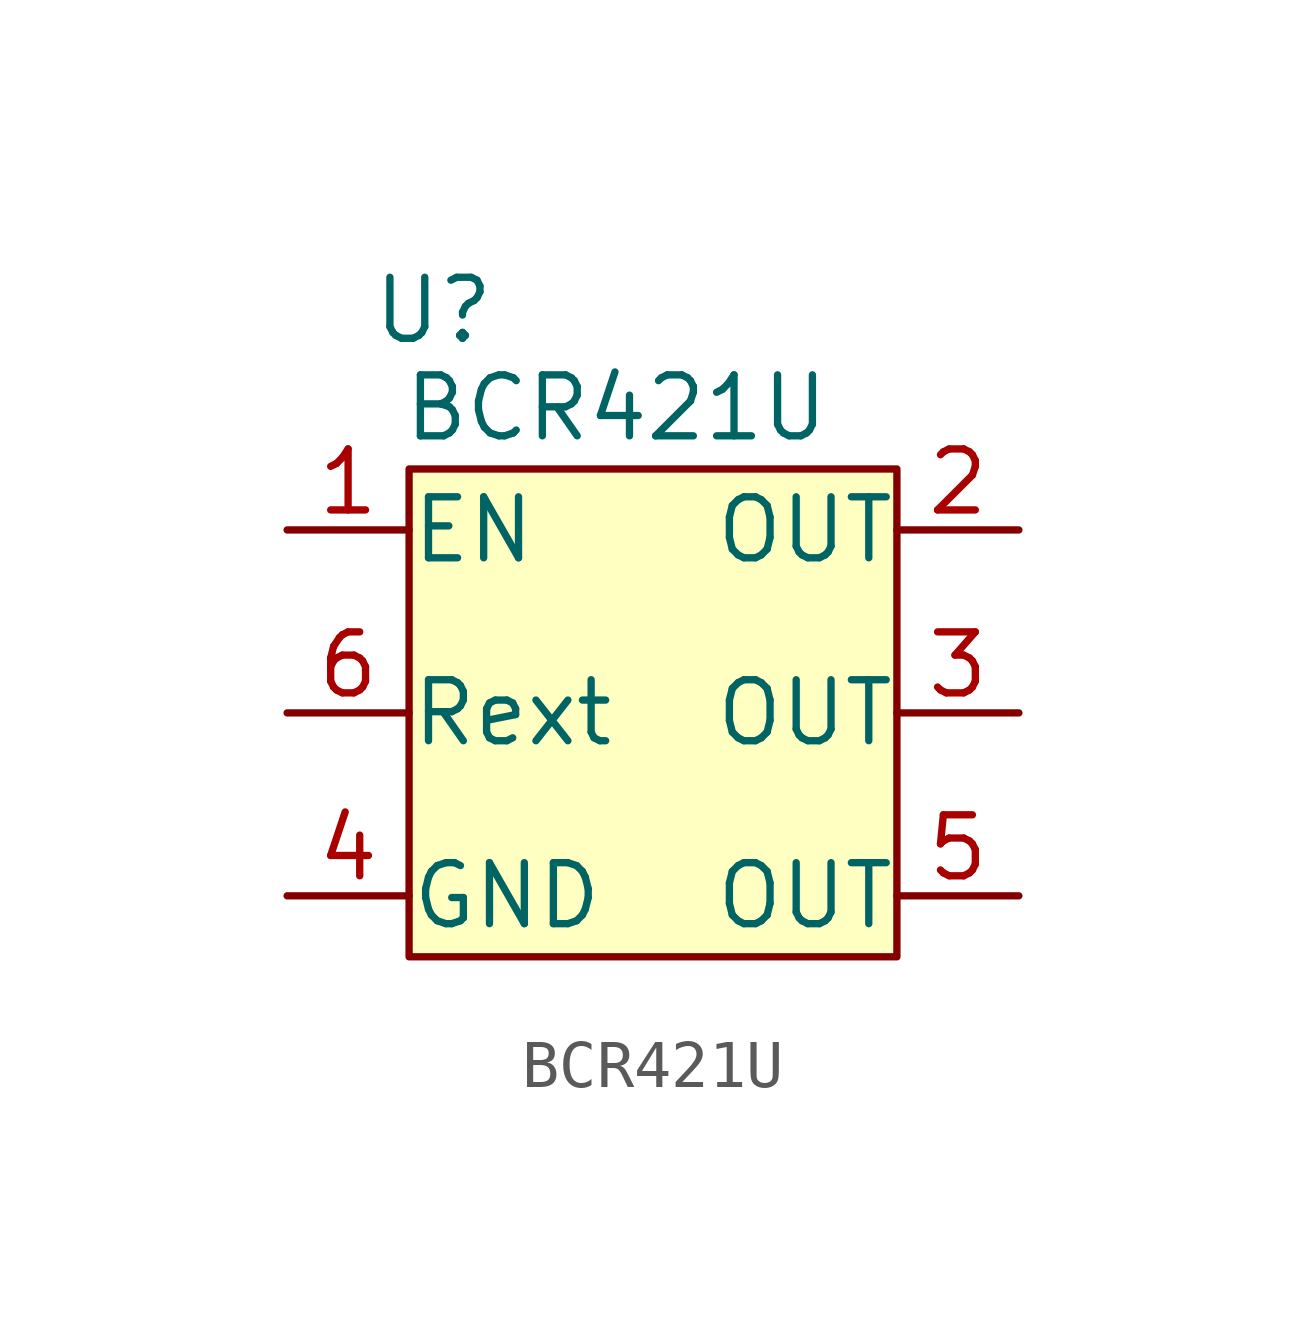
<source format=kicad_sym>
(kicad_symbol_lib
  (version 20241209)
  (generator "kicad_symbol_editor")
  (generator_version "9.0")
  (symbol "BCR421U"
    (pin_names
      (offset 0.002))
    (property "Reference" "U"
      (at -4.572 5.842 0)
      (effects (font (size 1.27 1.27))))
    (property "Value" "BCR421U"
      (at -0.762 3.81 0)
      (effects (font (size 1.27 1.27))))
    (symbol "BCR421U_1_1"
      (rectangle (start -5.08 2.54) (end 5.08 -7.62) (stroke (width 0) (type solid)) (fill (type background)))
      (pin input line (at -7.62 1.27 0) (length 2.54) (name "EN" (effects (font (size 1.27 1.27)))) (number "1" (effects (font (size 1.27 1.27)))))
      (pin open_collector line (at -7.62 -2.54 0) (length 2.54) (name "Rext" (effects (font (size 1.27 1.27)))) (number "6" (effects (font (size 1.27 1.27)))))
      (pin power_in line (at -7.62 -6.35 0) (length 2.54) (name "GND" (effects (font (size 1.27 1.27)))) (number "4" (effects (font (size 1.27 1.27)))))
      (pin output line (at 7.62 1.27 180) (length 2.54) (name "OUT" (effects (font (size 1.27 1.27)))) (number "2" (effects (font (size 1.27 1.27)))))
      (pin output line (at 7.62 -2.54 180) (length 2.54) (name "OUT" (effects (font (size 1.27 1.27)))) (number "3" (effects (font (size 1.27 1.27)))))
      (pin output line (at 7.62 -6.35 180) (length 2.54) (name "OUT" (effects (font (size 1.27 1.27)))) (number "5" (effects (font (size 1.27 1.27))))))))
</source>
